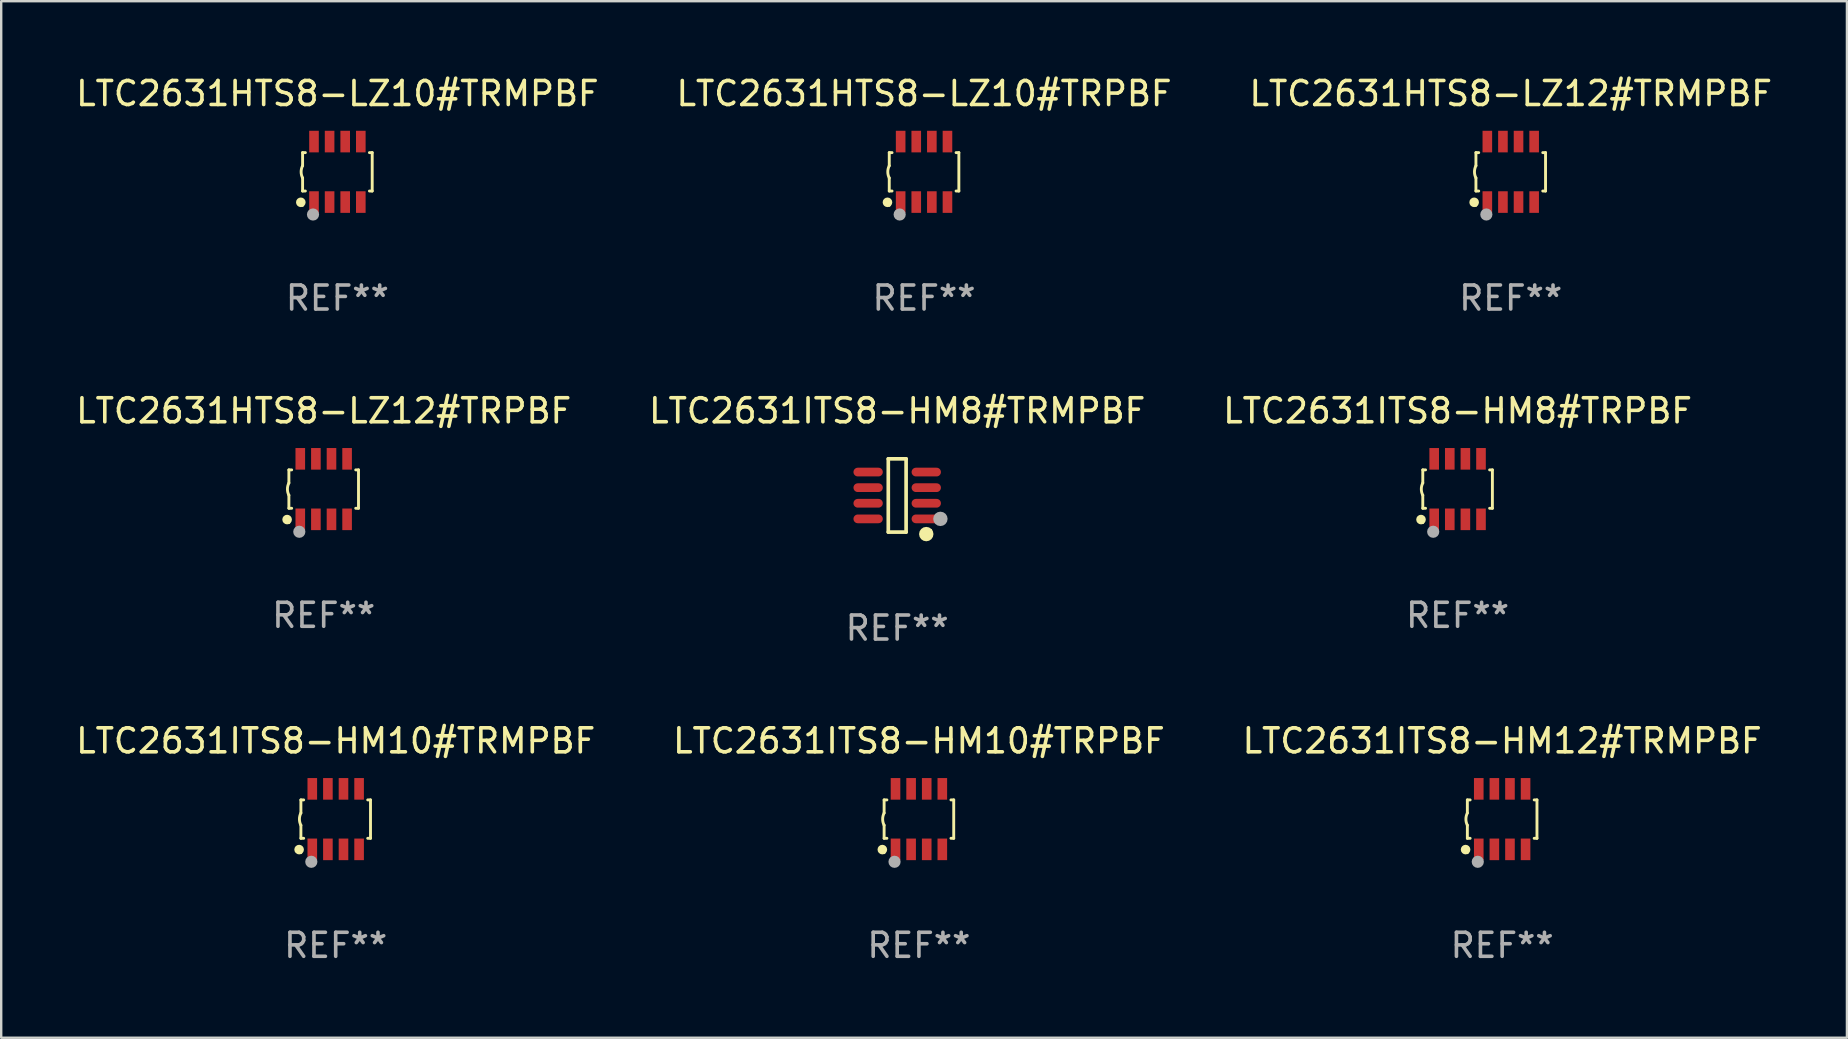
<source format=kicad_pcb>
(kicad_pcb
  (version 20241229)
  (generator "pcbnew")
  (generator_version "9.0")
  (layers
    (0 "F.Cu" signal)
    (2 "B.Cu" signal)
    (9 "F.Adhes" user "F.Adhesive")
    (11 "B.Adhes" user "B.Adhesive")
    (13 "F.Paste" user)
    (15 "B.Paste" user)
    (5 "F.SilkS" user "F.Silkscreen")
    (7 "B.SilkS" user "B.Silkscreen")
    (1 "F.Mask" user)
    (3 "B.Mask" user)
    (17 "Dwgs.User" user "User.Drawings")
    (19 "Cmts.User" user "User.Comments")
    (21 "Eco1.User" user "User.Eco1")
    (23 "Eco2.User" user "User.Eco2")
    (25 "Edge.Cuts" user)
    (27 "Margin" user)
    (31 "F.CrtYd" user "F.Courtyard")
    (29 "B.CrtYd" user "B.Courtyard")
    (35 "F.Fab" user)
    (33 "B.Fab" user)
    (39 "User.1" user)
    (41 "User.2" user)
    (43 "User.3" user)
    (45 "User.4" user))
  (footprint "LTC2631ITS8-HM8#TRPBF"
    (layer "F.Cu")
    (at 57.673 17.325)
    (property "Reference" "LTC2631ITS8-HM8#TRPBF" (at 0 -3.26 0) (layer "F.SilkS") (effects (font (size 1 1) (thickness 0.15))))
    (attr through_hole)
    (fp_line (start -1.45 -0.8) (end -1.45 -0.254) (stroke (width 0.12) (type solid)) (layer "F.SilkS"))
    (fp_line (start -1.45 -0.8) (end -1.334 -0.8) (stroke (width 0.12) (type solid)) (layer "F.SilkS"))
    (fp_line (start -1.45 0.8) (end -1.45 0.254) (stroke (width 0.12) (type solid)) (layer "F.SilkS"))
    (fp_line (start -1.45 0.8) (end -1.334 0.8) (stroke (width 0.12) (type solid)) (layer "F.SilkS"))
    (fp_line (start 1.334 -0.8) (end 1.45 -0.8) (stroke (width 0.12) (type solid)) (layer "F.SilkS"))
    (fp_line (start 1.334 0.8) (end 1.45 0.8) (stroke (width 0.12) (type solid)) (layer "F.SilkS"))
    (fp_line (start 1.45 0.8) (end 1.45 -0.8) (stroke (width 0.12) (type solid)) (layer "F.SilkS"))
    (fp_arc (start -1.45075 0.255144) (mid -1.510605 0.000434) (end -1.450013 -0.254102) (stroke (width 0.11999) (type solid)) (layer "F.SilkS"))
    (fp_circle (center -1.524 1.27) (end -1.424 1.27) (stroke (width 0.2) (type solid)) (fill no) (layer "F.SilkS"))
    (fp_circle (center -1.45 1.4) (end -1.42 1.4) (stroke (width 0.06) (type solid)) (fill no) (layer "F.SilkS"))
    (fp_circle (center -1.016 1.778) (end -0.889 1.778) (stroke (width 0.254) (type solid)) (fill no) (layer "F.Fab"))
    (fp_text user "REF**" (at 0 5.26 0) (layer "F.Fab") (effects (font (size 1 1) (thickness 0.15))))
    (pad "1" smd rect (at -0.975 1.26) (size 0.4 0.9) (layers "F.Cu" "F.Mask" "F.Paste"))
    (pad "2" smd rect (at -0.325 1.26) (size 0.4 0.9) (layers "F.Cu" "F.Mask" "F.Paste"))
    (pad "3" smd rect (at 0.325 1.26) (size 0.4 0.9) (layers "F.Cu" "F.Mask" "F.Paste"))
    (pad "4" smd rect (at 0.975 1.26) (size 0.4 0.9) (layers "F.Cu" "F.Mask" "F.Paste"))
    (pad "5" smd rect (at 0.975 -1.26) (size 0.4 0.9) (layers "F.Cu" "F.Mask" "F.Paste"))
    (pad "6" smd rect (at 0.325 -1.26) (size 0.4 0.9) (layers "F.Cu" "F.Mask" "F.Paste"))
    (pad "7" smd rect (at -0.325 -1.26) (size 0.4 0.9) (layers "F.Cu" "F.Mask" "F.Paste"))
    (pad "8" smd rect (at -0.975 -1.26) (size 0.4 0.9) (layers "F.Cu" "F.Mask" "F.Paste")))
  (footprint "LTC2631HTS8-LZ12#TRMPBF"
    (layer "F.Cu")
    (at 59.887 4.108)
    (property "Reference" "LTC2631HTS8-LZ12#TRMPBF" (at 0 -3.26 0) (layer "F.SilkS") (effects (font (size 1 1) (thickness 0.15))))
    (attr through_hole)
    (fp_line (start -1.45 -0.8) (end -1.45 -0.254) (stroke (width 0.12) (type solid)) (layer "F.SilkS"))
    (fp_line (start -1.45 -0.8) (end -1.334 -0.8) (stroke (width 0.12) (type solid)) (layer "F.SilkS"))
    (fp_line (start -1.45 0.8) (end -1.45 0.254) (stroke (width 0.12) (type solid)) (layer "F.SilkS"))
    (fp_line (start -1.45 0.8) (end -1.334 0.8) (stroke (width 0.12) (type solid)) (layer "F.SilkS"))
    (fp_line (start 1.334 -0.8) (end 1.45 -0.8) (stroke (width 0.12) (type solid)) (layer "F.SilkS"))
    (fp_line (start 1.334 0.8) (end 1.45 0.8) (stroke (width 0.12) (type solid)) (layer "F.SilkS"))
    (fp_line (start 1.45 0.8) (end 1.45 -0.8) (stroke (width 0.12) (type solid)) (layer "F.SilkS"))
    (fp_arc (start -1.45075 0.255144) (mid -1.510605 0.000434) (end -1.450013 -0.254102) (stroke (width 0.11999) (type solid)) (layer "F.SilkS"))
    (fp_circle (center -1.524 1.27) (end -1.424 1.27) (stroke (width 0.2) (type solid)) (fill no) (layer "F.SilkS"))
    (fp_circle (center -1.45 1.4) (end -1.42 1.4) (stroke (width 0.06) (type solid)) (fill no) (layer "F.SilkS"))
    (fp_circle (center -1.016 1.778) (end -0.889 1.778) (stroke (width 0.254) (type solid)) (fill no) (layer "F.Fab"))
    (fp_text user "REF**" (at 0 5.26 0) (layer "F.Fab") (effects (font (size 1 1) (thickness 0.15))))
    (pad "1" smd rect (at -0.975 1.26) (size 0.4 0.9) (layers "F.Cu" "F.Mask" "F.Paste"))
    (pad "2" smd rect (at -0.325 1.26) (size 0.4 0.9) (layers "F.Cu" "F.Mask" "F.Paste"))
    (pad "3" smd rect (at 0.325 1.26) (size 0.4 0.9) (layers "F.Cu" "F.Mask" "F.Paste"))
    (pad "4" smd rect (at 0.975 1.26) (size 0.4 0.9) (layers "F.Cu" "F.Mask" "F.Paste"))
    (pad "5" smd rect (at 0.975 -1.26) (size 0.4 0.9) (layers "F.Cu" "F.Mask" "F.Paste"))
    (pad "6" smd rect (at 0.325 -1.26) (size 0.4 0.9) (layers "F.Cu" "F.Mask" "F.Paste"))
    (pad "7" smd rect (at -0.325 -1.26) (size 0.4 0.9) (layers "F.Cu" "F.Mask" "F.Paste"))
    (pad "8" smd rect (at -0.975 -1.26) (size 0.4 0.9) (layers "F.Cu" "F.Mask" "F.Paste")))
  (footprint "LTC2631ITS8-HM12#TRMPBF"
    (layer "F.Cu")
    (at 59.53 31.074)
    (property "Reference" "LTC2631ITS8-HM12#TRMPBF" (at 0 -3.26 0) (layer "F.SilkS") (effects (font (size 1 1) (thickness 0.15))))
    (attr through_hole)
    (fp_line (start -1.45 -0.8) (end -1.45 -0.254) (stroke (width 0.12) (type solid)) (layer "F.SilkS"))
    (fp_line (start -1.45 -0.8) (end -1.334 -0.8) (stroke (width 0.12) (type solid)) (layer "F.SilkS"))
    (fp_line (start -1.45 0.8) (end -1.45 0.254) (stroke (width 0.12) (type solid)) (layer "F.SilkS"))
    (fp_line (start -1.45 0.8) (end -1.334 0.8) (stroke (width 0.12) (type solid)) (layer "F.SilkS"))
    (fp_line (start 1.334 -0.8) (end 1.45 -0.8) (stroke (width 0.12) (type solid)) (layer "F.SilkS"))
    (fp_line (start 1.334 0.8) (end 1.45 0.8) (stroke (width 0.12) (type solid)) (layer "F.SilkS"))
    (fp_line (start 1.45 0.8) (end 1.45 -0.8) (stroke (width 0.12) (type solid)) (layer "F.SilkS"))
    (fp_arc (start -1.45075 0.255144) (mid -1.510605 0.000434) (end -1.450013 -0.254102) (stroke (width 0.11999) (type solid)) (layer "F.SilkS"))
    (fp_circle (center -1.524 1.27) (end -1.424 1.27) (stroke (width 0.2) (type solid)) (fill no) (layer "F.SilkS"))
    (fp_circle (center -1.45 1.4) (end -1.42 1.4) (stroke (width 0.06) (type solid)) (fill no) (layer "F.SilkS"))
    (fp_circle (center -1.016 1.778) (end -0.889 1.778) (stroke (width 0.254) (type solid)) (fill no) (layer "F.Fab"))
    (fp_text user "REF**" (at 0 5.26 0) (layer "F.Fab") (effects (font (size 1 1) (thickness 0.15))))
    (pad "1" smd rect (at -0.975 1.26) (size 0.4 0.9) (layers "F.Cu" "F.Mask" "F.Paste"))
    (pad "2" smd rect (at -0.325 1.26) (size 0.4 0.9) (layers "F.Cu" "F.Mask" "F.Paste"))
    (pad "3" smd rect (at 0.325 1.26) (size 0.4 0.9) (layers "F.Cu" "F.Mask" "F.Paste"))
    (pad "4" smd rect (at 0.975 1.26) (size 0.4 0.9) (layers "F.Cu" "F.Mask" "F.Paste"))
    (pad "5" smd rect (at 0.975 -1.26) (size 0.4 0.9) (layers "F.Cu" "F.Mask" "F.Paste"))
    (pad "6" smd rect (at 0.325 -1.26) (size 0.4 0.9) (layers "F.Cu" "F.Mask" "F.Paste"))
    (pad "7" smd rect (at -0.325 -1.26) (size 0.4 0.9) (layers "F.Cu" "F.Mask" "F.Paste"))
    (pad "8" smd rect (at -0.975 -1.26) (size 0.4 0.9) (layers "F.Cu" "F.Mask" "F.Paste")))
  (footprint "LTC2631HTS8-LZ10#TRMPBF"
    (layer "F.Cu")
    (at 11.006 4.108)
    (property "Reference" "LTC2631HTS8-LZ10#TRMPBF" (at 0 -3.26 0) (layer "F.SilkS") (effects (font (size 1 1) (thickness 0.15))))
    (attr through_hole)
    (fp_line (start -1.45 -0.8) (end -1.45 -0.254) (stroke (width 0.12) (type solid)) (layer "F.SilkS"))
    (fp_line (start -1.45 -0.8) (end -1.334 -0.8) (stroke (width 0.12) (type solid)) (layer "F.SilkS"))
    (fp_line (start -1.45 0.8) (end -1.45 0.254) (stroke (width 0.12) (type solid)) (layer "F.SilkS"))
    (fp_line (start -1.45 0.8) (end -1.334 0.8) (stroke (width 0.12) (type solid)) (layer "F.SilkS"))
    (fp_line (start 1.334 -0.8) (end 1.45 -0.8) (stroke (width 0.12) (type solid)) (layer "F.SilkS"))
    (fp_line (start 1.334 0.8) (end 1.45 0.8) (stroke (width 0.12) (type solid)) (layer "F.SilkS"))
    (fp_line (start 1.45 0.8) (end 1.45 -0.8) (stroke (width 0.12) (type solid)) (layer "F.SilkS"))
    (fp_arc (start -1.45075 0.255144) (mid -1.510605 0.000434) (end -1.450013 -0.254102) (stroke (width 0.11999) (type solid)) (layer "F.SilkS"))
    (fp_circle (center -1.524 1.27) (end -1.424 1.27) (stroke (width 0.2) (type solid)) (fill no) (layer "F.SilkS"))
    (fp_circle (center -1.45 1.4) (end -1.42 1.4) (stroke (width 0.06) (type solid)) (fill no) (layer "F.SilkS"))
    (fp_circle (center -1.016 1.778) (end -0.889 1.778) (stroke (width 0.254) (type solid)) (fill no) (layer "F.Fab"))
    (fp_text user "REF**" (at 0 5.26 0) (layer "F.Fab") (effects (font (size 1 1) (thickness 0.15))))
    (pad "1" smd rect (at -0.975 1.26) (size 0.4 0.9) (layers "F.Cu" "F.Mask" "F.Paste"))
    (pad "2" smd rect (at -0.325 1.26) (size 0.4 0.9) (layers "F.Cu" "F.Mask" "F.Paste"))
    (pad "3" smd rect (at 0.325 1.26) (size 0.4 0.9) (layers "F.Cu" "F.Mask" "F.Paste"))
    (pad "4" smd rect (at 0.975 1.26) (size 0.4 0.9) (layers "F.Cu" "F.Mask" "F.Paste"))
    (pad "5" smd rect (at 0.975 -1.26) (size 0.4 0.9) (layers "F.Cu" "F.Mask" "F.Paste"))
    (pad "6" smd rect (at 0.325 -1.26) (size 0.4 0.9) (layers "F.Cu" "F.Mask" "F.Paste"))
    (pad "7" smd rect (at -0.325 -1.26) (size 0.4 0.9) (layers "F.Cu" "F.Mask" "F.Paste"))
    (pad "8" smd rect (at -0.975 -1.26) (size 0.4 0.9) (layers "F.Cu" "F.Mask" "F.Paste")))
  (footprint "LTC2631ITS8-HM10#TRPBF"
    (layer "F.Cu")
    (at 35.232 31.074)
    (property "Reference" "LTC2631ITS8-HM10#TRPBF" (at 0 -3.26 0) (layer "F.SilkS") (effects (font (size 1 1) (thickness 0.15))))
    (attr through_hole)
    (fp_line (start -1.45 -0.8) (end -1.45 -0.254) (stroke (width 0.12) (type solid)) (layer "F.SilkS"))
    (fp_line (start -1.45 -0.8) (end -1.334 -0.8) (stroke (width 0.12) (type solid)) (layer "F.SilkS"))
    (fp_line (start -1.45 0.8) (end -1.45 0.254) (stroke (width 0.12) (type solid)) (layer "F.SilkS"))
    (fp_line (start -1.45 0.8) (end -1.334 0.8) (stroke (width 0.12) (type solid)) (layer "F.SilkS"))
    (fp_line (start 1.334 -0.8) (end 1.45 -0.8) (stroke (width 0.12) (type solid)) (layer "F.SilkS"))
    (fp_line (start 1.334 0.8) (end 1.45 0.8) (stroke (width 0.12) (type solid)) (layer "F.SilkS"))
    (fp_line (start 1.45 0.8) (end 1.45 -0.8) (stroke (width 0.12) (type solid)) (layer "F.SilkS"))
    (fp_arc (start -1.45075 0.255144) (mid -1.510605 0.000434) (end -1.450013 -0.254102) (stroke (width 0.11999) (type solid)) (layer "F.SilkS"))
    (fp_circle (center -1.524 1.27) (end -1.424 1.27) (stroke (width 0.2) (type solid)) (fill no) (layer "F.SilkS"))
    (fp_circle (center -1.45 1.4) (end -1.42 1.4) (stroke (width 0.06) (type solid)) (fill no) (layer "F.SilkS"))
    (fp_circle (center -1.016 1.778) (end -0.889 1.778) (stroke (width 0.254) (type solid)) (fill no) (layer "F.Fab"))
    (fp_text user "REF**" (at 0 5.26 0) (layer "F.Fab") (effects (font (size 1 1) (thickness 0.15))))
    (pad "1" smd rect (at -0.975 1.26) (size 0.4 0.9) (layers "F.Cu" "F.Mask" "F.Paste"))
    (pad "2" smd rect (at -0.325 1.26) (size 0.4 0.9) (layers "F.Cu" "F.Mask" "F.Paste"))
    (pad "3" smd rect (at 0.325 1.26) (size 0.4 0.9) (layers "F.Cu" "F.Mask" "F.Paste"))
    (pad "4" smd rect (at 0.975 1.26) (size 0.4 0.9) (layers "F.Cu" "F.Mask" "F.Paste"))
    (pad "5" smd rect (at 0.975 -1.26) (size 0.4 0.9) (layers "F.Cu" "F.Mask" "F.Paste"))
    (pad "6" smd rect (at 0.325 -1.26) (size 0.4 0.9) (layers "F.Cu" "F.Mask" "F.Paste"))
    (pad "7" smd rect (at -0.325 -1.26) (size 0.4 0.9) (layers "F.Cu" "F.Mask" "F.Paste"))
    (pad "8" smd rect (at -0.975 -1.26) (size 0.4 0.9) (layers "F.Cu" "F.Mask" "F.Paste")))
  (footprint "LTC2631HTS8-LZ10#TRPBF"
    (layer "F.Cu")
    (at 35.446 4.108)
    (property "Reference" "LTC2631HTS8-LZ10#TRPBF" (at 0 -3.26 0) (layer "F.SilkS") (effects (font (size 1 1) (thickness 0.15))))
    (attr through_hole)
    (fp_line (start -1.45 -0.8) (end -1.45 -0.254) (stroke (width 0.12) (type solid)) (layer "F.SilkS"))
    (fp_line (start -1.45 -0.8) (end -1.334 -0.8) (stroke (width 0.12) (type solid)) (layer "F.SilkS"))
    (fp_line (start -1.45 0.8) (end -1.45 0.254) (stroke (width 0.12) (type solid)) (layer "F.SilkS"))
    (fp_line (start -1.45 0.8) (end -1.334 0.8) (stroke (width 0.12) (type solid)) (layer "F.SilkS"))
    (fp_line (start 1.334 -0.8) (end 1.45 -0.8) (stroke (width 0.12) (type solid)) (layer "F.SilkS"))
    (fp_line (start 1.334 0.8) (end 1.45 0.8) (stroke (width 0.12) (type solid)) (layer "F.SilkS"))
    (fp_line (start 1.45 0.8) (end 1.45 -0.8) (stroke (width 0.12) (type solid)) (layer "F.SilkS"))
    (fp_arc (start -1.45075 0.255144) (mid -1.510605 0.000434) (end -1.450013 -0.254102) (stroke (width 0.11999) (type solid)) (layer "F.SilkS"))
    (fp_circle (center -1.524 1.27) (end -1.424 1.27) (stroke (width 0.2) (type solid)) (fill no) (layer "F.SilkS"))
    (fp_circle (center -1.45 1.4) (end -1.42 1.4) (stroke (width 0.06) (type solid)) (fill no) (layer "F.SilkS"))
    (fp_circle (center -1.016 1.778) (end -0.889 1.778) (stroke (width 0.254) (type solid)) (fill no) (layer "F.Fab"))
    (fp_text user "REF**" (at 0 5.26 0) (layer "F.Fab") (effects (font (size 1 1) (thickness 0.15))))
    (pad "1" smd rect (at -0.975 1.26) (size 0.4 0.9) (layers "F.Cu" "F.Mask" "F.Paste"))
    (pad "2" smd rect (at -0.325 1.26) (size 0.4 0.9) (layers "F.Cu" "F.Mask" "F.Paste"))
    (pad "3" smd rect (at 0.325 1.26) (size 0.4 0.9) (layers "F.Cu" "F.Mask" "F.Paste"))
    (pad "4" smd rect (at 0.975 1.26) (size 0.4 0.9) (layers "F.Cu" "F.Mask" "F.Paste"))
    (pad "5" smd rect (at 0.975 -1.26) (size 0.4 0.9) (layers "F.Cu" "F.Mask" "F.Paste"))
    (pad "6" smd rect (at 0.325 -1.26) (size 0.4 0.9) (layers "F.Cu" "F.Mask" "F.Paste"))
    (pad "7" smd rect (at -0.325 -1.26) (size 0.4 0.9) (layers "F.Cu" "F.Mask" "F.Paste"))
    (pad "8" smd rect (at -0.975 -1.26) (size 0.4 0.9) (layers "F.Cu" "F.Mask" "F.Paste")))
  (footprint "LTC2631ITS8-HM8#TRMPBF"
    (layer "F.Cu")
    (at 34.327 17.591)
    (property "Reference" "LTC2631ITS8-HM8#TRMPBF" (at 0 -3.526 0) (layer "F.SilkS") (effects (font (size 1 1) (thickness 0.15))))
    (attr through_hole)
    (fp_line (start -0.371 -1.526) (end 0.371 -1.526) (stroke (width 0.152) (type solid)) (layer "F.SilkS"))
    (fp_line (start -0.371 1.526) (end -0.371 -1.526) (stroke (width 0.152) (type solid)) (layer "F.SilkS"))
    (fp_line (start 0.371 -1.526) (end 0.371 1.526) (stroke (width 0.152) (type solid)) (layer "F.SilkS"))
    (fp_line (start 0.371 1.526) (end -0.371 1.526) (stroke (width 0.152) (type solid)) (layer "F.SilkS"))
    (fp_circle (center 1.211 1.609) (end 1.361 1.609) (stroke (width 0.3) (type solid)) (fill no) (layer "F.SilkS"))
    (fp_circle (center 1.4 1.45) (end 1.43 1.45) (stroke (width 0.06) (type solid)) (fill no) (layer "F.SilkS"))
    (fp_circle (center 1.8 0.975) (end 1.95 0.975) (stroke (width 0.3) (type solid)) (fill no) (layer "F.Fab"))
    (fp_text user "REF**" (at 0 5.526 0) (layer "F.Fab") (effects (font (size 1 1) (thickness 0.15))))
    (pad "1" smd oval (at 1.211 0.975) (size 1.222 0.364) (layers "F.Cu" "F.Mask" "F.Paste"))
    (pad "2" smd oval (at 1.211 0.325) (size 1.222 0.364) (layers "F.Cu" "F.Mask" "F.Paste"))
    (pad "3" smd oval (at 1.211 -0.325) (size 1.222 0.364) (layers "F.Cu" "F.Mask" "F.Paste"))
    (pad "4" smd oval (at 1.211 -0.975) (size 1.222 0.364) (layers "F.Cu" "F.Mask" "F.Paste"))
    (pad "5" smd oval (at -1.211 -0.975) (size 1.222 0.364) (layers "F.Cu" "F.Mask" "F.Paste"))
    (pad "6" smd oval (at -1.211 -0.325) (size 1.222 0.364) (layers "F.Cu" "F.Mask" "F.Paste"))
    (pad "7" smd oval (at -1.211 0.325) (size 1.222 0.364) (layers "F.Cu" "F.Mask" "F.Paste"))
    (pad "8" smd oval (at -1.211 0.975) (size 1.222 0.364) (layers "F.Cu" "F.Mask" "F.Paste")))
  (footprint "LTC2631ITS8-HM10#TRMPBF"
    (layer "F.Cu")
    (at 10.935 31.074)
    (property "Reference" "LTC2631ITS8-HM10#TRMPBF" (at 0 -3.26 0) (layer "F.SilkS") (effects (font (size 1 1) (thickness 0.15))))
    (attr through_hole)
    (fp_line (start -1.45 -0.8) (end -1.45 -0.254) (stroke (width 0.12) (type solid)) (layer "F.SilkS"))
    (fp_line (start -1.45 -0.8) (end -1.334 -0.8) (stroke (width 0.12) (type solid)) (layer "F.SilkS"))
    (fp_line (start -1.45 0.8) (end -1.45 0.254) (stroke (width 0.12) (type solid)) (layer "F.SilkS"))
    (fp_line (start -1.45 0.8) (end -1.334 0.8) (stroke (width 0.12) (type solid)) (layer "F.SilkS"))
    (fp_line (start 1.334 -0.8) (end 1.45 -0.8) (stroke (width 0.12) (type solid)) (layer "F.SilkS"))
    (fp_line (start 1.334 0.8) (end 1.45 0.8) (stroke (width 0.12) (type solid)) (layer "F.SilkS"))
    (fp_line (start 1.45 0.8) (end 1.45 -0.8) (stroke (width 0.12) (type solid)) (layer "F.SilkS"))
    (fp_arc (start -1.45075 0.255144) (mid -1.510605 0.000434) (end -1.450013 -0.254102) (stroke (width 0.11999) (type solid)) (layer "F.SilkS"))
    (fp_circle (center -1.524 1.27) (end -1.424 1.27) (stroke (width 0.2) (type solid)) (fill no) (layer "F.SilkS"))
    (fp_circle (center -1.45 1.4) (end -1.42 1.4) (stroke (width 0.06) (type solid)) (fill no) (layer "F.SilkS"))
    (fp_circle (center -1.016 1.778) (end -0.889 1.778) (stroke (width 0.254) (type solid)) (fill no) (layer "F.Fab"))
    (fp_text user "REF**" (at 0 5.26 0) (layer "F.Fab") (effects (font (size 1 1) (thickness 0.15))))
    (pad "1" smd rect (at -0.975 1.26) (size 0.4 0.9) (layers "F.Cu" "F.Mask" "F.Paste"))
    (pad "2" smd rect (at -0.325 1.26) (size 0.4 0.9) (layers "F.Cu" "F.Mask" "F.Paste"))
    (pad "3" smd rect (at 0.325 1.26) (size 0.4 0.9) (layers "F.Cu" "F.Mask" "F.Paste"))
    (pad "4" smd rect (at 0.975 1.26) (size 0.4 0.9) (layers "F.Cu" "F.Mask" "F.Paste"))
    (pad "5" smd rect (at 0.975 -1.26) (size 0.4 0.9) (layers "F.Cu" "F.Mask" "F.Paste"))
    (pad "6" smd rect (at 0.325 -1.26) (size 0.4 0.9) (layers "F.Cu" "F.Mask" "F.Paste"))
    (pad "7" smd rect (at -0.325 -1.26) (size 0.4 0.9) (layers "F.Cu" "F.Mask" "F.Paste"))
    (pad "8" smd rect (at -0.975 -1.26) (size 0.4 0.9) (layers "F.Cu" "F.Mask" "F.Paste")))
  (footprint "LTC2631HTS8-LZ12#TRPBF"
    (layer "F.Cu")
    (at 10.435 17.325)
    (property "Reference" "LTC2631HTS8-LZ12#TRPBF" (at 0 -3.26 0) (layer "F.SilkS") (effects (font (size 1 1) (thickness 0.15))))
    (attr through_hole)
    (fp_line (start -1.45 -0.8) (end -1.45 -0.254) (stroke (width 0.12) (type solid)) (layer "F.SilkS"))
    (fp_line (start -1.45 -0.8) (end -1.334 -0.8) (stroke (width 0.12) (type solid)) (layer "F.SilkS"))
    (fp_line (start -1.45 0.8) (end -1.45 0.254) (stroke (width 0.12) (type solid)) (layer "F.SilkS"))
    (fp_line (start -1.45 0.8) (end -1.334 0.8) (stroke (width 0.12) (type solid)) (layer "F.SilkS"))
    (fp_line (start 1.334 -0.8) (end 1.45 -0.8) (stroke (width 0.12) (type solid)) (layer "F.SilkS"))
    (fp_line (start 1.334 0.8) (end 1.45 0.8) (stroke (width 0.12) (type solid)) (layer "F.SilkS"))
    (fp_line (start 1.45 0.8) (end 1.45 -0.8) (stroke (width 0.12) (type solid)) (layer "F.SilkS"))
    (fp_arc (start -1.45075 0.255144) (mid -1.510605 0.000434) (end -1.450013 -0.254102) (stroke (width 0.11999) (type solid)) (layer "F.SilkS"))
    (fp_circle (center -1.524 1.27) (end -1.424 1.27) (stroke (width 0.2) (type solid)) (fill no) (layer "F.SilkS"))
    (fp_circle (center -1.45 1.4) (end -1.42 1.4) (stroke (width 0.06) (type solid)) (fill no) (layer "F.SilkS"))
    (fp_circle (center -1.016 1.778) (end -0.889 1.778) (stroke (width 0.254) (type solid)) (fill no) (layer "F.Fab"))
    (fp_text user "REF**" (at 0 5.26 0) (layer "F.Fab") (effects (font (size 1 1) (thickness 0.15))))
    (pad "1" smd rect (at -0.975 1.26) (size 0.4 0.9) (layers "F.Cu" "F.Mask" "F.Paste"))
    (pad "2" smd rect (at -0.325 1.26) (size 0.4 0.9) (layers "F.Cu" "F.Mask" "F.Paste"))
    (pad "3" smd rect (at 0.325 1.26) (size 0.4 0.9) (layers "F.Cu" "F.Mask" "F.Paste"))
    (pad "4" smd rect (at 0.975 1.26) (size 0.4 0.9) (layers "F.Cu" "F.Mask" "F.Paste"))
    (pad "5" smd rect (at 0.975 -1.26) (size 0.4 0.9) (layers "F.Cu" "F.Mask" "F.Paste"))
    (pad "6" smd rect (at 0.325 -1.26) (size 0.4 0.9) (layers "F.Cu" "F.Mask" "F.Paste"))
    (pad "7" smd rect (at -0.325 -1.26) (size 0.4 0.9) (layers "F.Cu" "F.Mask" "F.Paste"))
    (pad "8" smd rect (at -0.975 -1.26) (size 0.4 0.9) (layers "F.Cu" "F.Mask" "F.Paste")))
  (gr_rect
    (start -3 -3)
    (end 73.893 40.182)
    (stroke (width 0.1) (type default))
    (fill no)
    (layer "Edge.Cuts")))
</source>
